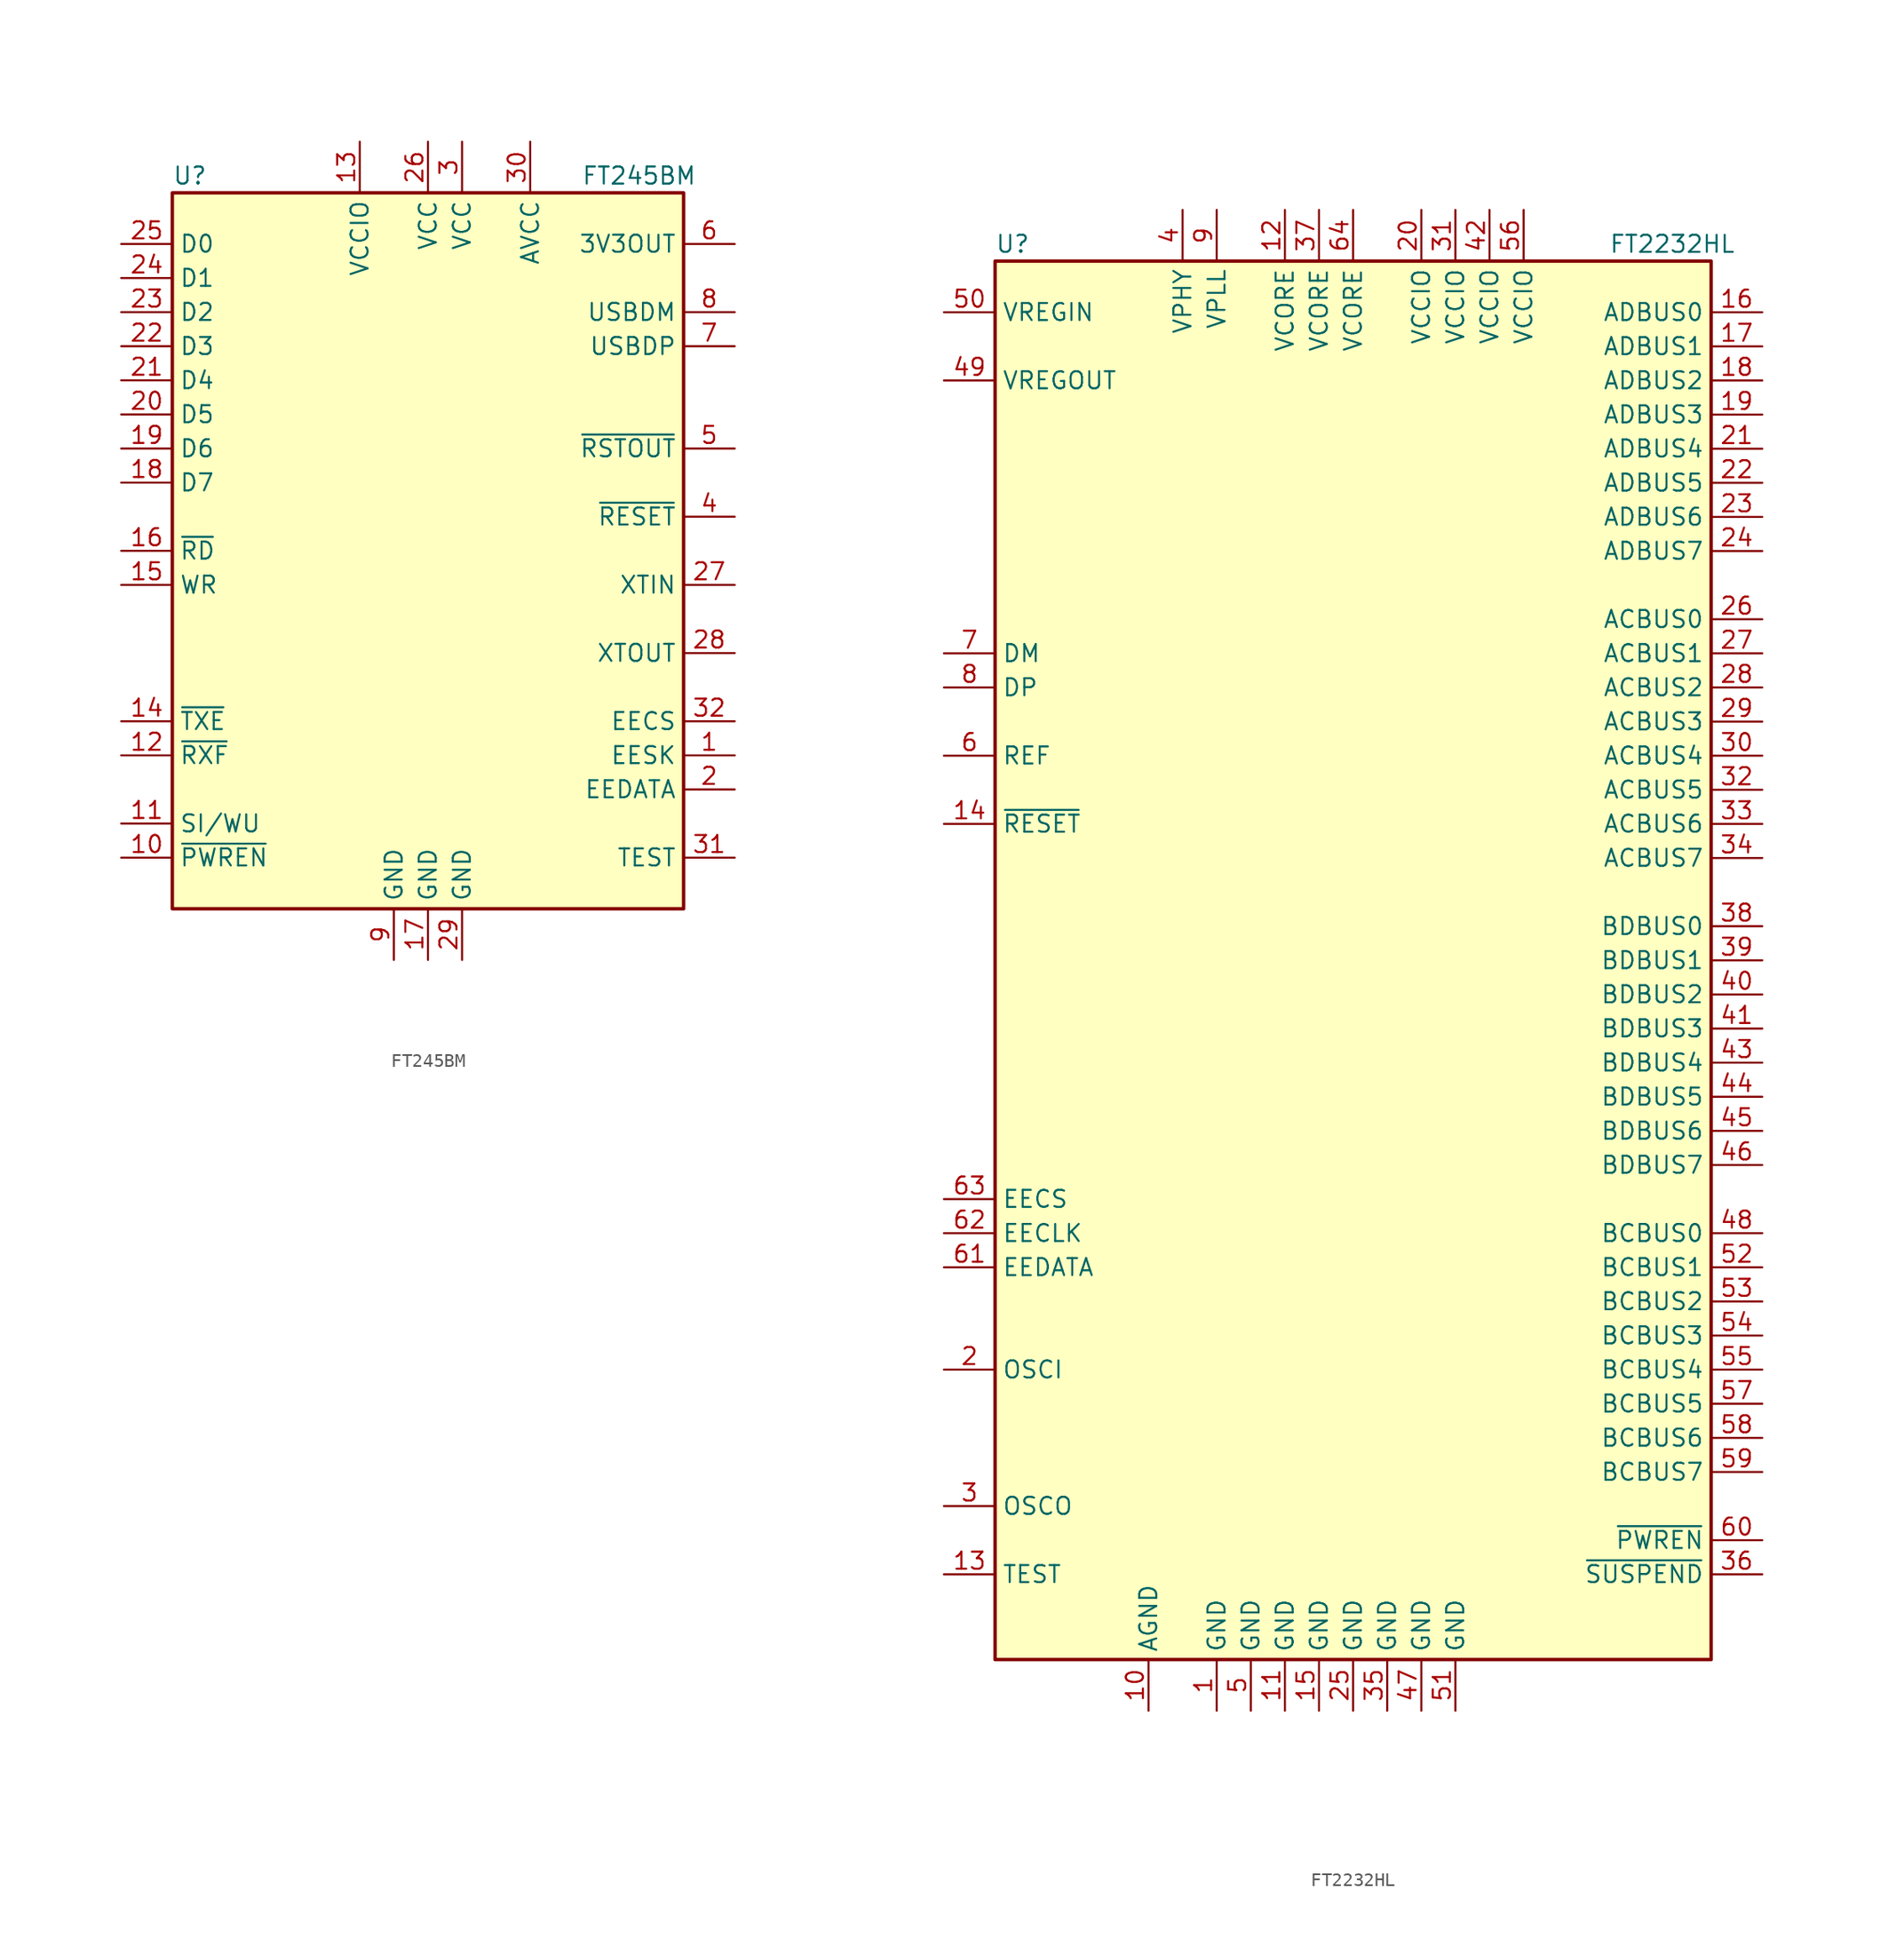
<source format=kicad_sym>
(kicad_symbol_lib
  (version 20201005)
  (generator kicad_symbol_editor)
  (symbol "FT245BM"
    (property "Reference" "U"
      (at -19.05 27.94 0)
      (effects (font (size 1.27 1.27)) (justify left)))
    (property "Value" "FT245BM"
      (at 11.43 27.94 0)
      (effects (font (size 1.27 1.27)) (justify left)))
    (symbol "FT245BM_0_1"
      (rectangle (start -19.05 26.67) (end 19.05 -26.67) (stroke (width 0.254)) (fill (type background))))
    (symbol "FT245BM_1_1"
      (pin output line (at 22.86 -15.24 180) (length 3.81) (name "EESK" (effects (font (size 1.27 1.27)))) (number "1" (effects (font (size 1.27 1.27)))))
      (pin output line (at -22.86 -22.86 0) (length 3.81) (name "~PWREN" (effects (font (size 1.27 1.27)))) (number "10" (effects (font (size 1.27 1.27)))))
      (pin input line (at -22.86 -20.32 0) (length 3.81) (name "SI/WU" (effects (font (size 1.27 1.27)))) (number "11" (effects (font (size 1.27 1.27)))))
      (pin output line (at -22.86 -15.24 0) (length 3.81) (name "~RXF" (effects (font (size 1.27 1.27)))) (number "12" (effects (font (size 1.27 1.27)))))
      (pin power_in line (at -5.08 30.48 270) (length 3.81) (name "VCCIO" (effects (font (size 1.27 1.27)))) (number "13" (effects (font (size 1.27 1.27)))))
      (pin output line (at -22.86 -12.7 0) (length 3.81) (name "~TXE" (effects (font (size 1.27 1.27)))) (number "14" (effects (font (size 1.27 1.27)))))
      (pin input line (at -22.86 -2.54 0) (length 3.81) (name "WR" (effects (font (size 1.27 1.27)))) (number "15" (effects (font (size 1.27 1.27)))))
      (pin input line (at -22.86 0 0) (length 3.81) (name "~RD" (effects (font (size 1.27 1.27)))) (number "16" (effects (font (size 1.27 1.27)))))
      (pin power_in line (at 0 -30.48 90) (length 3.81) (name "GND" (effects (font (size 1.27 1.27)))) (number "17" (effects (font (size 1.27 1.27)))))
      (pin bidirectional line (at -22.86 5.08 0) (length 3.81) (name "D7" (effects (font (size 1.27 1.27)))) (number "18" (effects (font (size 1.27 1.27)))))
      (pin bidirectional line (at -22.86 7.62 0) (length 3.81) (name "D6" (effects (font (size 1.27 1.27)))) (number "19" (effects (font (size 1.27 1.27)))))
      (pin bidirectional line (at 22.86 -17.78 180) (length 3.81) (name "EEDATA" (effects (font (size 1.27 1.27)))) (number "2" (effects (font (size 1.27 1.27)))))
      (pin bidirectional line (at -22.86 10.16 0) (length 3.81) (name "D5" (effects (font (size 1.27 1.27)))) (number "20" (effects (font (size 1.27 1.27)))))
      (pin bidirectional line (at -22.86 12.7 0) (length 3.81) (name "D4" (effects (font (size 1.27 1.27)))) (number "21" (effects (font (size 1.27 1.27)))))
      (pin bidirectional line (at -22.86 15.24 0) (length 3.81) (name "D3" (effects (font (size 1.27 1.27)))) (number "22" (effects (font (size 1.27 1.27)))))
      (pin bidirectional line (at -22.86 17.78 0) (length 3.81) (name "D2" (effects (font (size 1.27 1.27)))) (number "23" (effects (font (size 1.27 1.27)))))
      (pin bidirectional line (at -22.86 20.32 0) (length 3.81) (name "D1" (effects (font (size 1.27 1.27)))) (number "24" (effects (font (size 1.27 1.27)))))
      (pin bidirectional line (at -22.86 22.86 0) (length 3.81) (name "D0" (effects (font (size 1.27 1.27)))) (number "25" (effects (font (size 1.27 1.27)))))
      (pin power_in line (at 0 30.48 270) (length 3.81) (name "VCC" (effects (font (size 1.27 1.27)))) (number "26" (effects (font (size 1.27 1.27)))))
      (pin input line (at 22.86 -2.54 180) (length 3.81) (name "XTIN" (effects (font (size 1.27 1.27)))) (number "27" (effects (font (size 1.27 1.27)))))
      (pin output line (at 22.86 -7.62 180) (length 3.81) (name "XTOUT" (effects (font (size 1.27 1.27)))) (number "28" (effects (font (size 1.27 1.27)))))
      (pin power_in line (at 2.54 -30.48 90) (length 3.81) (name "GND" (effects (font (size 1.27 1.27)))) (number "29" (effects (font (size 1.27 1.27)))))
      (pin power_in line (at 2.54 30.48 270) (length 3.81) (name "VCC" (effects (font (size 1.27 1.27)))) (number "3" (effects (font (size 1.27 1.27)))))
      (pin power_in line (at 7.62 30.48 270) (length 3.81) (name "AVCC" (effects (font (size 1.27 1.27)))) (number "30" (effects (font (size 1.27 1.27)))))
      (pin input line (at 22.86 -22.86 180) (length 3.81) (name "TEST" (effects (font (size 1.27 1.27)))) (number "31" (effects (font (size 1.27 1.27)))))
      (pin bidirectional line (at 22.86 -12.7 180) (length 3.81) (name "EECS" (effects (font (size 1.27 1.27)))) (number "32" (effects (font (size 1.27 1.27)))))
      (pin input line (at 22.86 2.54 180) (length 3.81) (name "~RESET" (effects (font (size 1.27 1.27)))) (number "4" (effects (font (size 1.27 1.27)))))
      (pin output line (at 22.86 7.62 180) (length 3.81) (name "~RSTOUT" (effects (font (size 1.27 1.27)))) (number "5" (effects (font (size 1.27 1.27)))))
      (pin power_out line (at 22.86 22.86 180) (length 3.81) (name "3V3OUT" (effects (font (size 1.27 1.27)))) (number "6" (effects (font (size 1.27 1.27)))))
      (pin bidirectional line (at 22.86 15.24 180) (length 3.81) (name "USBDP" (effects (font (size 1.27 1.27)))) (number "7" (effects (font (size 1.27 1.27)))))
      (pin bidirectional line (at 22.86 17.78 180) (length 3.81) (name "USBDM" (effects (font (size 1.27 1.27)))) (number "8" (effects (font (size 1.27 1.27)))))
      (pin power_in line (at -2.54 -30.48 90) (length 3.81) (name "GND" (effects (font (size 1.27 1.27)))) (number "9" (effects (font (size 1.27 1.27)))))))
  (symbol "FT2232HL"
    (property "Reference" "U"
      (at -26.67 53.34 0)
      (effects (font (size 1.27 1.27)) (justify left)))
    (property "Value" "FT2232HL"
      (at 19.05 53.34 0)
      (effects (font (size 1.27 1.27)) (justify left)))
    (symbol "FT2232HL_0_1"
      (rectangle (start -26.67 -52.07) (end 26.67 52.07) (stroke (width 0.254)) (fill (type background))))
    (symbol "FT2232HL_1_1"
      (pin power_in line (at -10.16 -55.88 90) (length 3.81) (name "GND" (effects (font (size 1.27 1.27)))) (number "1" (effects (font (size 1.27 1.27)))))
      (pin power_in line (at -15.24 -55.88 90) (length 3.81) (name "AGND" (effects (font (size 1.27 1.27)))) (number "10" (effects (font (size 1.27 1.27)))))
      (pin power_in line (at -5.08 -55.88 90) (length 3.81) (name "GND" (effects (font (size 1.27 1.27)))) (number "11" (effects (font (size 1.27 1.27)))))
      (pin power_in line (at -5.08 55.88 270) (length 3.81) (name "VCORE" (effects (font (size 1.27 1.27)))) (number "12" (effects (font (size 1.27 1.27)))))
      (pin input line (at -30.48 -45.72 0) (length 3.81) (name "TEST" (effects (font (size 1.27 1.27)))) (number "13" (effects (font (size 1.27 1.27)))))
      (pin input line (at -30.48 10.16 0) (length 3.81) (name "~RESET" (effects (font (size 1.27 1.27)))) (number "14" (effects (font (size 1.27 1.27)))))
      (pin power_in line (at -2.54 -55.88 90) (length 3.81) (name "GND" (effects (font (size 1.27 1.27)))) (number "15" (effects (font (size 1.27 1.27)))))
      (pin bidirectional line (at 30.48 48.26 180) (length 3.81) (name "ADBUS0" (effects (font (size 1.27 1.27)))) (number "16" (effects (font (size 1.27 1.27)))))
      (pin bidirectional line (at 30.48 45.72 180) (length 3.81) (name "ADBUS1" (effects (font (size 1.27 1.27)))) (number "17" (effects (font (size 1.27 1.27)))))
      (pin bidirectional line (at 30.48 43.18 180) (length 3.81) (name "ADBUS2" (effects (font (size 1.27 1.27)))) (number "18" (effects (font (size 1.27 1.27)))))
      (pin bidirectional line (at 30.48 40.64 180) (length 3.81) (name "ADBUS3" (effects (font (size 1.27 1.27)))) (number "19" (effects (font (size 1.27 1.27)))))
      (pin input line (at -30.48 -30.48 0) (length 3.81) (name "OSCI" (effects (font (size 1.27 1.27)))) (number "2" (effects (font (size 1.27 1.27)))))
      (pin power_in line (at 5.08 55.88 270) (length 3.81) (name "VCCIO" (effects (font (size 1.27 1.27)))) (number "20" (effects (font (size 1.27 1.27)))))
      (pin bidirectional line (at 30.48 38.1 180) (length 3.81) (name "ADBUS4" (effects (font (size 1.27 1.27)))) (number "21" (effects (font (size 1.27 1.27)))))
      (pin bidirectional line (at 30.48 35.56 180) (length 3.81) (name "ADBUS5" (effects (font (size 1.27 1.27)))) (number "22" (effects (font (size 1.27 1.27)))))
      (pin bidirectional line (at 30.48 33.02 180) (length 3.81) (name "ADBUS6" (effects (font (size 1.27 1.27)))) (number "23" (effects (font (size 1.27 1.27)))))
      (pin bidirectional line (at 30.48 30.48 180) (length 3.81) (name "ADBUS7" (effects (font (size 1.27 1.27)))) (number "24" (effects (font (size 1.27 1.27)))))
      (pin power_in line (at 0 -55.88 90) (length 3.81) (name "GND" (effects (font (size 1.27 1.27)))) (number "25" (effects (font (size 1.27 1.27)))))
      (pin bidirectional line (at 30.48 25.4 180) (length 3.81) (name "ACBUS0" (effects (font (size 1.27 1.27)))) (number "26" (effects (font (size 1.27 1.27)))))
      (pin bidirectional line (at 30.48 22.86 180) (length 3.81) (name "ACBUS1" (effects (font (size 1.27 1.27)))) (number "27" (effects (font (size 1.27 1.27)))))
      (pin bidirectional line (at 30.48 20.32 180) (length 3.81) (name "ACBUS2" (effects (font (size 1.27 1.27)))) (number "28" (effects (font (size 1.27 1.27)))))
      (pin bidirectional line (at 30.48 17.78 180) (length 3.81) (name "ACBUS3" (effects (font (size 1.27 1.27)))) (number "29" (effects (font (size 1.27 1.27)))))
      (pin output line (at -30.48 -40.64 0) (length 3.81) (name "OSCO" (effects (font (size 1.27 1.27)))) (number "3" (effects (font (size 1.27 1.27)))))
      (pin bidirectional line (at 30.48 15.24 180) (length 3.81) (name "ACBUS4" (effects (font (size 1.27 1.27)))) (number "30" (effects (font (size 1.27 1.27)))))
      (pin power_in line (at 7.62 55.88 270) (length 3.81) (name "VCCIO" (effects (font (size 1.27 1.27)))) (number "31" (effects (font (size 1.27 1.27)))))
      (pin bidirectional line (at 30.48 12.7 180) (length 3.81) (name "ACBUS5" (effects (font (size 1.27 1.27)))) (number "32" (effects (font (size 1.27 1.27)))))
      (pin bidirectional line (at 30.48 10.16 180) (length 3.81) (name "ACBUS6" (effects (font (size 1.27 1.27)))) (number "33" (effects (font (size 1.27 1.27)))))
      (pin bidirectional line (at 30.48 7.62 180) (length 3.81) (name "ACBUS7" (effects (font (size 1.27 1.27)))) (number "34" (effects (font (size 1.27 1.27)))))
      (pin power_in line (at 2.54 -55.88 90) (length 3.81) (name "GND" (effects (font (size 1.27 1.27)))) (number "35" (effects (font (size 1.27 1.27)))))
      (pin output line (at 30.48 -45.72 180) (length 3.81) (name "~SUSPEND" (effects (font (size 1.27 1.27)))) (number "36" (effects (font (size 1.27 1.27)))))
      (pin power_in line (at -2.54 55.88 270) (length 3.81) (name "VCORE" (effects (font (size 1.27 1.27)))) (number "37" (effects (font (size 1.27 1.27)))))
      (pin bidirectional line (at 30.48 2.54 180) (length 3.81) (name "BDBUS0" (effects (font (size 1.27 1.27)))) (number "38" (effects (font (size 1.27 1.27)))))
      (pin bidirectional line (at 30.48 0 180) (length 3.81) (name "BDBUS1" (effects (font (size 1.27 1.27)))) (number "39" (effects (font (size 1.27 1.27)))))
      (pin power_in line (at -12.7 55.88 270) (length 3.81) (name "VPHY" (effects (font (size 1.27 1.27)))) (number "4" (effects (font (size 1.27 1.27)))))
      (pin bidirectional line (at 30.48 -2.54 180) (length 3.81) (name "BDBUS2" (effects (font (size 1.27 1.27)))) (number "40" (effects (font (size 1.27 1.27)))))
      (pin bidirectional line (at 30.48 -5.08 180) (length 3.81) (name "BDBUS3" (effects (font (size 1.27 1.27)))) (number "41" (effects (font (size 1.27 1.27)))))
      (pin power_in line (at 10.16 55.88 270) (length 3.81) (name "VCCIO" (effects (font (size 1.27 1.27)))) (number "42" (effects (font (size 1.27 1.27)))))
      (pin bidirectional line (at 30.48 -7.62 180) (length 3.81) (name "BDBUS4" (effects (font (size 1.27 1.27)))) (number "43" (effects (font (size 1.27 1.27)))))
      (pin bidirectional line (at 30.48 -10.16 180) (length 3.81) (name "BDBUS5" (effects (font (size 1.27 1.27)))) (number "44" (effects (font (size 1.27 1.27)))))
      (pin bidirectional line (at 30.48 -12.7 180) (length 3.81) (name "BDBUS6" (effects (font (size 1.27 1.27)))) (number "45" (effects (font (size 1.27 1.27)))))
      (pin bidirectional line (at 30.48 -15.24 180) (length 3.81) (name "BDBUS7" (effects (font (size 1.27 1.27)))) (number "46" (effects (font (size 1.27 1.27)))))
      (pin power_in line (at 5.08 -55.88 90) (length 3.81) (name "GND" (effects (font (size 1.27 1.27)))) (number "47" (effects (font (size 1.27 1.27)))))
      (pin bidirectional line (at 30.48 -20.32 180) (length 3.81) (name "BCBUS0" (effects (font (size 1.27 1.27)))) (number "48" (effects (font (size 1.27 1.27)))))
      (pin power_out line (at -30.48 43.18 0) (length 3.81) (name "VREGOUT" (effects (font (size 1.27 1.27)))) (number "49" (effects (font (size 1.27 1.27)))))
      (pin power_in line (at -7.62 -55.88 90) (length 3.81) (name "GND" (effects (font (size 1.27 1.27)))) (number "5" (effects (font (size 1.27 1.27)))))
      (pin power_in line (at -30.48 48.26 0) (length 3.81) (name "VREGIN" (effects (font (size 1.27 1.27)))) (number "50" (effects (font (size 1.27 1.27)))))
      (pin power_in line (at 7.62 -55.88 90) (length 3.81) (name "GND" (effects (font (size 1.27 1.27)))) (number "51" (effects (font (size 1.27 1.27)))))
      (pin bidirectional line (at 30.48 -22.86 180) (length 3.81) (name "BCBUS1" (effects (font (size 1.27 1.27)))) (number "52" (effects (font (size 1.27 1.27)))))
      (pin bidirectional line (at 30.48 -25.4 180) (length 3.81) (name "BCBUS2" (effects (font (size 1.27 1.27)))) (number "53" (effects (font (size 1.27 1.27)))))
      (pin bidirectional line (at 30.48 -27.94 180) (length 3.81) (name "BCBUS3" (effects (font (size 1.27 1.27)))) (number "54" (effects (font (size 1.27 1.27)))))
      (pin bidirectional line (at 30.48 -30.48 180) (length 3.81) (name "BCBUS4" (effects (font (size 1.27 1.27)))) (number "55" (effects (font (size 1.27 1.27)))))
      (pin power_in line (at 12.7 55.88 270) (length 3.81) (name "VCCIO" (effects (font (size 1.27 1.27)))) (number "56" (effects (font (size 1.27 1.27)))))
      (pin bidirectional line (at 30.48 -33.02 180) (length 3.81) (name "BCBUS5" (effects (font (size 1.27 1.27)))) (number "57" (effects (font (size 1.27 1.27)))))
      (pin bidirectional line (at 30.48 -35.56 180) (length 3.81) (name "BCBUS6" (effects (font (size 1.27 1.27)))) (number "58" (effects (font (size 1.27 1.27)))))
      (pin bidirectional line (at 30.48 -38.1 180) (length 3.81) (name "BCBUS7" (effects (font (size 1.27 1.27)))) (number "59" (effects (font (size 1.27 1.27)))))
      (pin output line (at -30.48 15.24 0) (length 3.81) (name "REF" (effects (font (size 1.27 1.27)))) (number "6" (effects (font (size 1.27 1.27)))))
      (pin output line (at 30.48 -43.18 180) (length 3.81) (name "~PWREN" (effects (font (size 1.27 1.27)))) (number "60" (effects (font (size 1.27 1.27)))))
      (pin bidirectional line (at -30.48 -22.86 0) (length 3.81) (name "EEDATA" (effects (font (size 1.27 1.27)))) (number "61" (effects (font (size 1.27 1.27)))))
      (pin output line (at -30.48 -20.32 0) (length 3.81) (name "EECLK" (effects (font (size 1.27 1.27)))) (number "62" (effects (font (size 1.27 1.27)))))
      (pin output line (at -30.48 -17.78 0) (length 3.81) (name "EECS" (effects (font (size 1.27 1.27)))) (number "63" (effects (font (size 1.27 1.27)))))
      (pin power_in line (at 0 55.88 270) (length 3.81) (name "VCORE" (effects (font (size 1.27 1.27)))) (number "64" (effects (font (size 1.27 1.27)))))
      (pin bidirectional line (at -30.48 22.86 0) (length 3.81) (name "DM" (effects (font (size 1.27 1.27)))) (number "7" (effects (font (size 1.27 1.27)))))
      (pin bidirectional line (at -30.48 20.32 0) (length 3.81) (name "DP" (effects (font (size 1.27 1.27)))) (number "8" (effects (font (size 1.27 1.27)))))
      (pin input line (at -10.16 55.88 270) (length 3.81) (name "VPLL" (effects (font (size 1.27 1.27)))) (number "9" (effects (font (size 1.27 1.27))))))))
</source>
